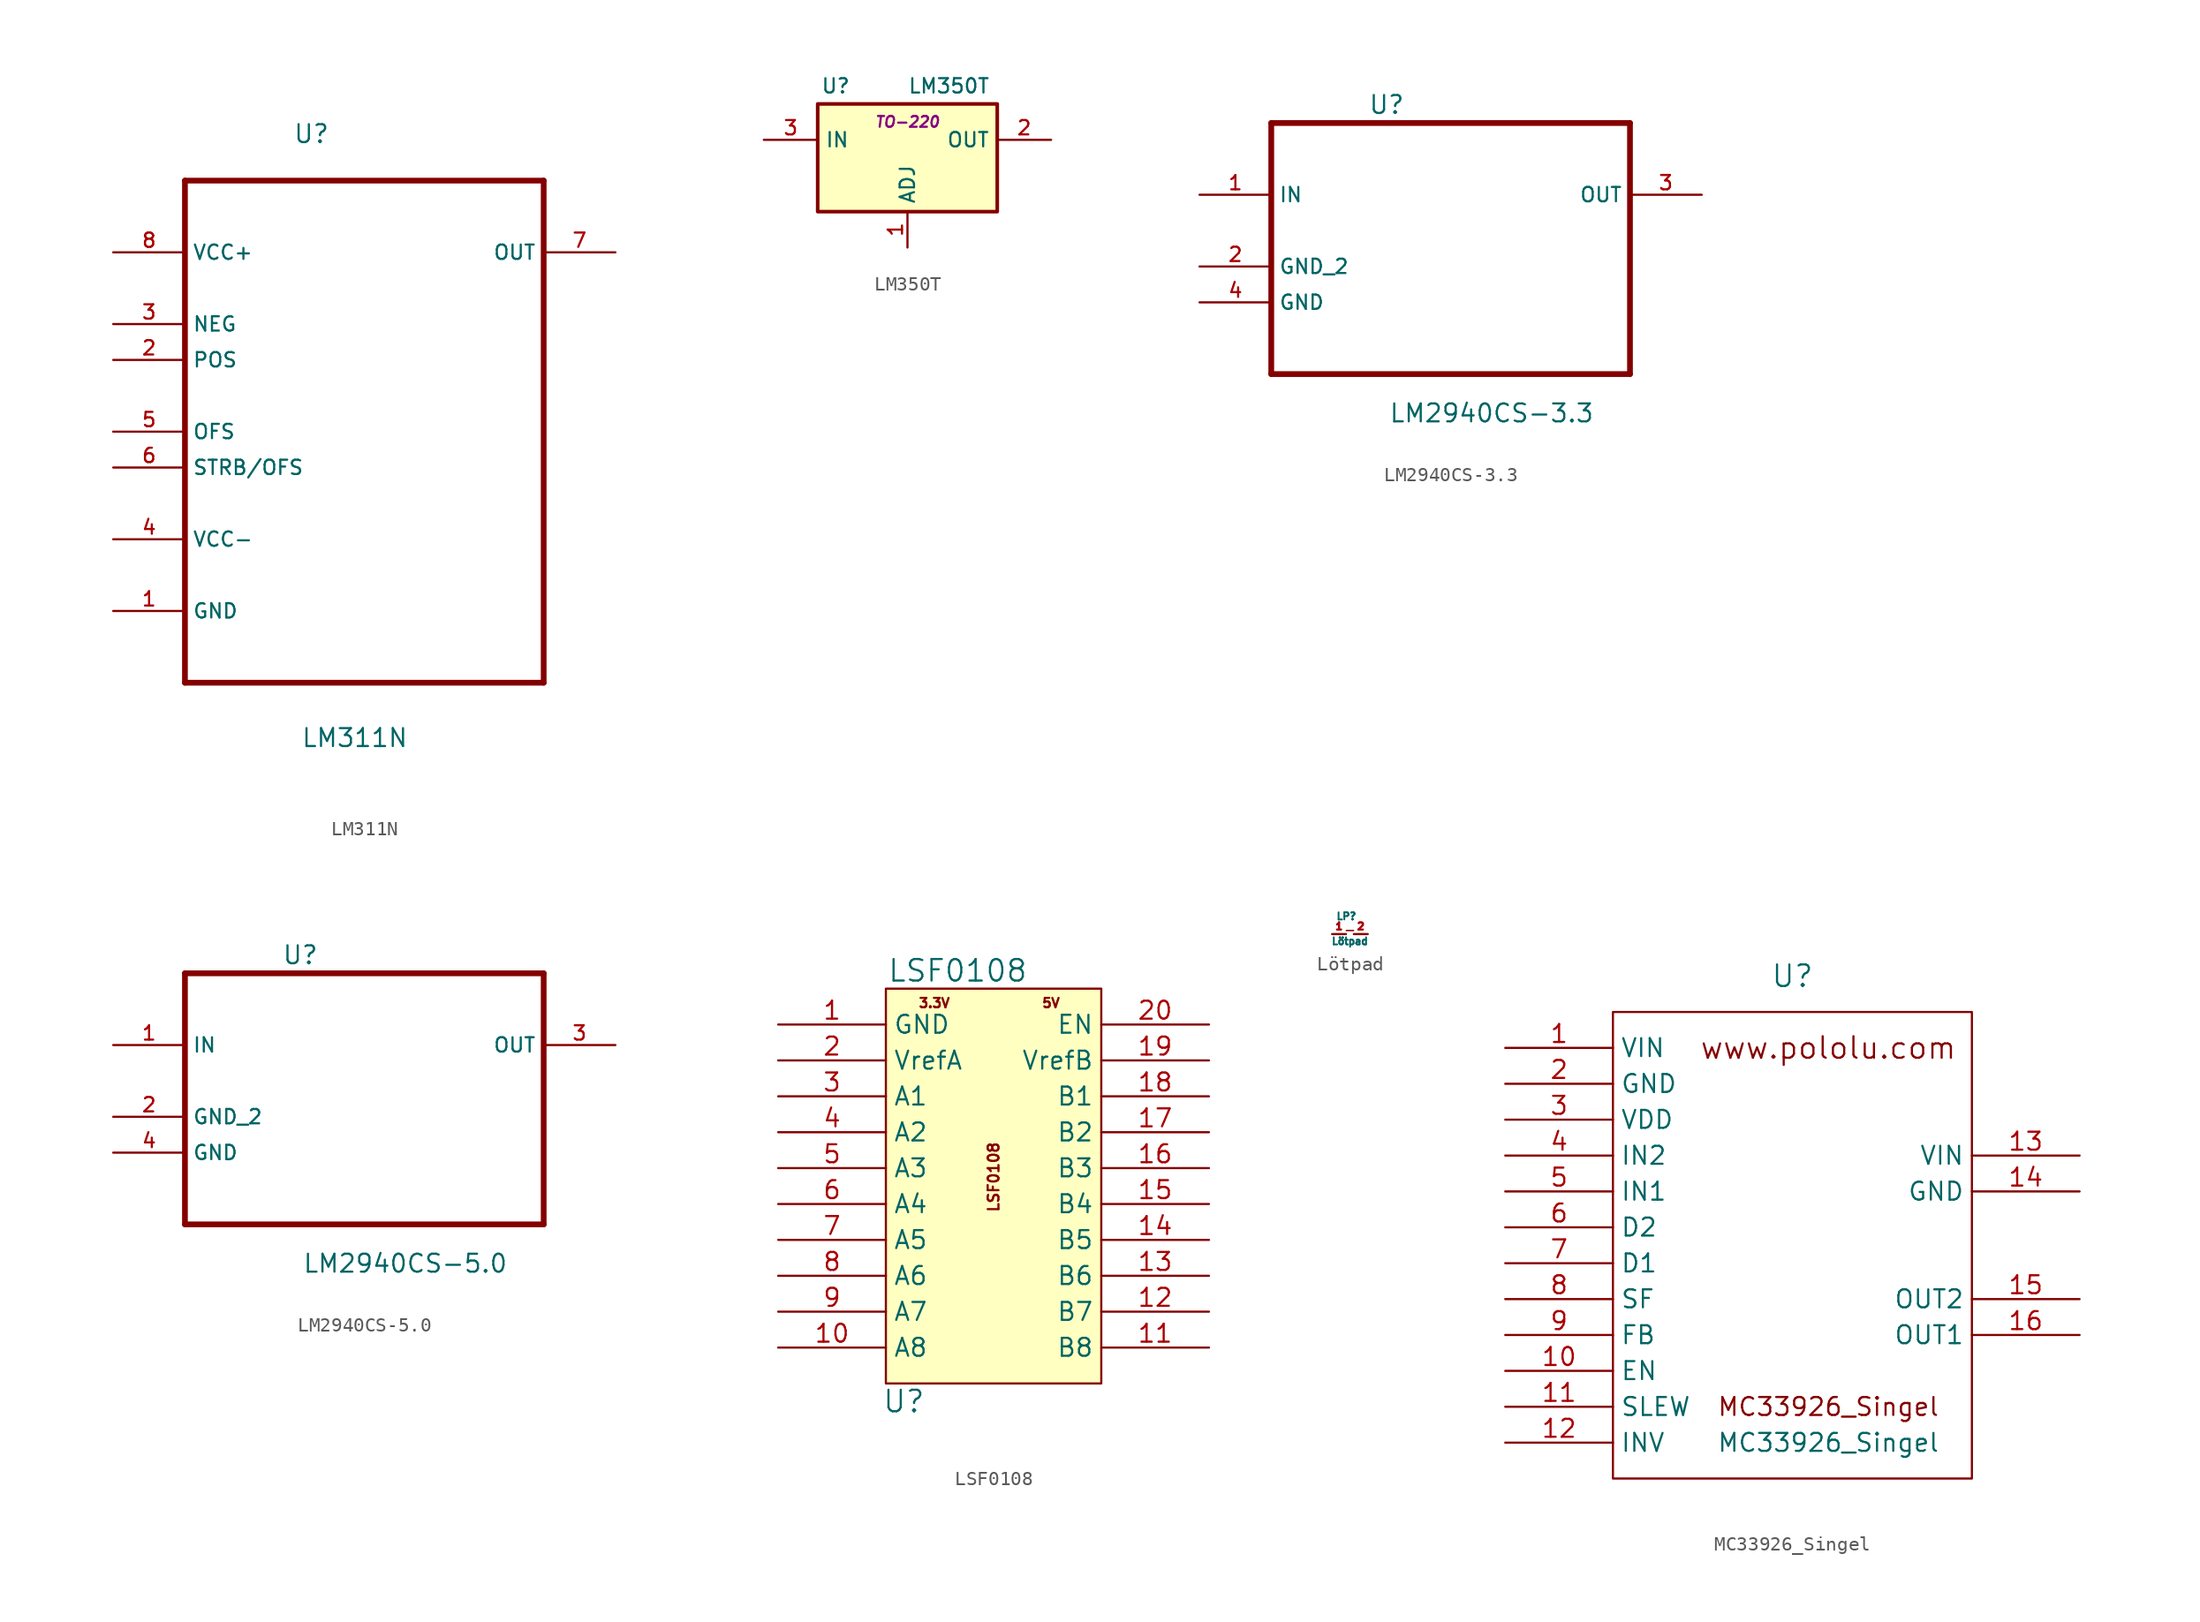
<source format=kicad_sym>
(kicad_symbol_lib
  (version 20201005)
  (generator kicad_symbol_editor)
  (symbol "Zimprich_neu:LM311N"
    (property "Reference" "U"
      (at -5.055 17.805 0)
      (effects (font (size 1.27 1.27)) (justify left bottom)))
    (property "Value" "LM311N"
      (at -4.496 -24.968 0)
      (effects (font (size 1.27 1.27)) (justify left bottom)))
    (symbol "LM311N_0_0"
      (polyline (pts (xy -12.7 -20.32) (xy 12.7 -20.32)) (stroke (width 0.406)) (fill (type none)))
      (polyline (pts (xy -12.7 15.24) (xy -12.7 -20.32)) (stroke (width 0.406)) (fill (type none)))
      (polyline (pts (xy 12.7 -20.32) (xy 12.7 15.24)) (stroke (width 0.406)) (fill (type none)))
      (polyline (pts (xy 12.7 15.24) (xy -12.7 15.24)) (stroke (width 0.406)) (fill (type none)))
      (pin passive line (at -17.78 -15.24 0) (length 5.08) (name "GND" (effects (font (size 1.016 1.016)))) (number "1" (effects (font (size 1.016 1.016)))))
      (pin input line (at -17.78 2.54 0) (length 5.08) (name "POS" (effects (font (size 1.016 1.016)))) (number "2" (effects (font (size 1.016 1.016)))))
      (pin input line (at -17.78 5.08 0) (length 5.08) (name "NEG" (effects (font (size 1.016 1.016)))) (number "3" (effects (font (size 1.016 1.016)))))
      (pin power_in line (at -17.78 -10.16 0) (length 5.08) (name "VCC-" (effects (font (size 1.016 1.016)))) (number "4" (effects (font (size 1.016 1.016)))))
      (pin passive line (at -17.78 -2.54 0) (length 5.08) (name "OFS" (effects (font (size 1.016 1.016)))) (number "5" (effects (font (size 1.016 1.016)))))
      (pin passive line (at -17.78 -5.08 0) (length 5.08) (name "STRB/OFS" (effects (font (size 1.016 1.016)))) (number "6" (effects (font (size 1.016 1.016)))))
      (pin output line (at 17.78 10.16 180) (length 5.08) (name "OUT" (effects (font (size 1.016 1.016)))) (number "7" (effects (font (size 1.016 1.016)))))
      (pin power_in line (at -17.78 10.16 0) (length 5.08) (name "VCC+" (effects (font (size 1.016 1.016)))) (number "8" (effects (font (size 1.016 1.016)))))))
  (symbol "Zimprich_neu:LM350T"
    (property "Reference" "U"
      (at -5.08 5.08 0)
      (effects (font (size 1.016 1.016))))
    (property "Value" "LM350T"
      (at 0 5.08 0)
      (effects (font (size 1.016 1.016)) (justify left)))
    (property "Footprint" "TO-220"
      (at 0 2.54 0)
      (effects (font (size 0.762 0.762) italic)))
    (property "Datasheet" ""
      (at 0 0 0)
      (effects (font (size 1.524 1.524))))
    (symbol "LM350T_0_1"
      (rectangle (start -6.35 3.81) (end 6.35 -3.81) (stroke (width 0.254)) (fill (type background))))
    (symbol "LM350T_1_1"
      (pin input line (at 0 -6.35 90) (length 2.54) (name "ADJ" (effects (font (size 1.016 1.016)))) (number "1" (effects (font (size 1.016 1.016)))))
      (pin power_out line (at 10.16 1.27 180) (length 3.81) (name "OUT" (effects (font (size 1.016 1.016)))) (number "2" (effects (font (size 1.016 1.016)))))
      (pin input line (at -10.16 1.27 0) (length 3.81) (name "IN" (effects (font (size 1.016 1.016)))) (number "3" (effects (font (size 1.016 1.016)))))))
  (symbol "Zimprich_neu:LM2940CS-3.3"
    (property "Reference" "U"
      (at -5.842 6.375 0)
      (effects (font (size 1.27 1.27)) (justify left)))
    (property "Value" "LM2940CS-3.3"
      (at -4.394 -15.469 0)
      (effects (font (size 1.27 1.27)) (justify left)))
    (property "Datasheet" ""
      (at 0 0 0)
      (effects (font (size 1.524 1.524))))
    (property "ki_locked" ""
      (at 0 0 0)
      (effects (font (size 1.27 1.27))))
    (symbol "LM2940CS-3.3_0_0"
      (polyline (pts (xy -12.7 -12.7) (xy 12.7 -12.7)) (stroke (width 0.406)) (fill (type none)))
      (polyline (pts (xy -12.7 5.08) (xy -12.7 -12.7)) (stroke (width 0.406)) (fill (type none)))
      (polyline (pts (xy 12.7 -12.7) (xy 12.7 5.08)) (stroke (width 0.406)) (fill (type none)))
      (polyline (pts (xy 12.7 5.08) (xy -12.7 5.08)) (stroke (width 0.406)) (fill (type none)))
      (pin input line (at -17.78 0 0) (length 5.08) (name "IN" (effects (font (size 1.016 1.016)))) (number "1" (effects (font (size 1.016 1.016)))))
      (pin passive line (at -17.78 -5.08 0) (length 5.08) (name "GND_2" (effects (font (size 1.016 1.016)))) (number "2" (effects (font (size 1.016 1.016)))))
      (pin output line (at 17.78 0 180) (length 5.08) (name "OUT" (effects (font (size 1.016 1.016)))) (number "3" (effects (font (size 1.016 1.016)))))
      (pin passive line (at -17.78 -7.62 0) (length 5.08) (name "GND" (effects (font (size 1.016 1.016)))) (number "4" (effects (font (size 1.016 1.016)))))))
  (symbol "Zimprich_neu:LM2940CS-5.0"
    (property "Reference" "U"
      (at -5.842 6.375 0)
      (effects (font (size 1.27 1.27)) (justify left)))
    (property "Value" "LM2940CS-5.0"
      (at -4.394 -15.469 0)
      (effects (font (size 1.27 1.27)) (justify left)))
    (property "Datasheet" ""
      (at 0 0 0)
      (effects (font (size 1.524 1.524))))
    (property "ki_locked" ""
      (at 0 0 0)
      (effects (font (size 1.27 1.27))))
    (symbol "LM2940CS-5.0_0_0"
      (polyline (pts (xy -12.7 -12.7) (xy 12.7 -12.7)) (stroke (width 0.406)) (fill (type none)))
      (polyline (pts (xy -12.7 5.08) (xy -12.7 -12.7)) (stroke (width 0.406)) (fill (type none)))
      (polyline (pts (xy 12.7 -12.7) (xy 12.7 5.08)) (stroke (width 0.406)) (fill (type none)))
      (polyline (pts (xy 12.7 5.08) (xy -12.7 5.08)) (stroke (width 0.406)) (fill (type none)))
      (pin input line (at -17.78 0 0) (length 5.08) (name "IN" (effects (font (size 1.016 1.016)))) (number "1" (effects (font (size 1.016 1.016)))))
      (pin passive line (at -17.78 -5.08 0) (length 5.08) (name "GND_2" (effects (font (size 1.016 1.016)))) (number "2" (effects (font (size 1.016 1.016)))))
      (pin output line (at 17.78 0 180) (length 5.08) (name "OUT" (effects (font (size 1.016 1.016)))) (number "3" (effects (font (size 1.016 1.016)))))
      (pin passive line (at -17.78 -7.62 0) (length 5.08) (name "GND" (effects (font (size 1.016 1.016)))) (number "4" (effects (font (size 1.016 1.016)))))))
  (symbol "Zimprich_neu:LSF0108"
    (property "Reference" "U"
      (at -6.35 -15.24 0)
      (effects (font (size 1.524 1.524))))
    (property "Value" "LSF0108"
      (at -2.54 15.24 0)
      (effects (font (size 1.524 1.524))))
    (property "Footprint" ""
      (at 0 0 0)
      (effects (font (size 1.524 1.524))))
    (property "Datasheet" ""
      (at 0 0 0)
      (effects (font (size 1.524 1.524))))
    (symbol "LSF0108_0_0"
      (text "3.3V" (at -4.191 12.954 0) (effects (font (size 0.66 0.66))))
      (text "5V" (at 4.064 12.954 0) (effects (font (size 0.66 0.66))))
      (text "LSF0108" (at 0 0.635 900) (effects (font (size 0.762 0.762)))))
    (symbol "LSF0108_0_1"
      (rectangle (start -7.62 13.97) (end 7.62 -13.97) (stroke (width 0)) (fill (type background))))
    (symbol "LSF0108_1_1"
      (pin power_in line (at -15.24 11.43 0) (length 7.62) (name "GND" (effects (font (size 1.27 1.27)))) (number "1" (effects (font (size 1.27 1.27)))))
      (pin bidirectional line (at -15.24 -11.43 0) (length 7.62) (name "A8" (effects (font (size 1.27 1.27)))) (number "10" (effects (font (size 1.27 1.27)))))
      (pin bidirectional line (at 15.24 -11.43 180) (length 7.62) (name "B8" (effects (font (size 1.27 1.27)))) (number "11" (effects (font (size 1.27 1.27)))))
      (pin bidirectional line (at 15.24 -8.89 180) (length 7.62) (name "B7" (effects (font (size 1.27 1.27)))) (number "12" (effects (font (size 1.27 1.27)))))
      (pin bidirectional line (at 15.24 -6.35 180) (length 7.62) (name "B6" (effects (font (size 1.27 1.27)))) (number "13" (effects (font (size 1.27 1.27)))))
      (pin bidirectional line (at 15.24 -3.81 180) (length 7.62) (name "B5" (effects (font (size 1.27 1.27)))) (number "14" (effects (font (size 1.27 1.27)))))
      (pin bidirectional line (at 15.24 -1.27 180) (length 7.62) (name "B4" (effects (font (size 1.27 1.27)))) (number "15" (effects (font (size 1.27 1.27)))))
      (pin bidirectional line (at 15.24 1.27 180) (length 7.62) (name "B3" (effects (font (size 1.27 1.27)))) (number "16" (effects (font (size 1.27 1.27)))))
      (pin bidirectional line (at 15.24 3.81 180) (length 7.62) (name "B2" (effects (font (size 1.27 1.27)))) (number "17" (effects (font (size 1.27 1.27)))))
      (pin bidirectional line (at 15.24 6.35 180) (length 7.62) (name "B1" (effects (font (size 1.27 1.27)))) (number "18" (effects (font (size 1.27 1.27)))))
      (pin power_in line (at 15.24 8.89 180) (length 7.62) (name "VrefB" (effects (font (size 1.27 1.27)))) (number "19" (effects (font (size 1.27 1.27)))))
      (pin power_in line (at -15.24 8.89 0) (length 7.62) (name "VrefA" (effects (font (size 1.27 1.27)))) (number "2" (effects (font (size 1.27 1.27)))))
      (pin input line (at 15.24 11.43 180) (length 7.62) (name "EN" (effects (font (size 1.27 1.27)))) (number "20" (effects (font (size 1.27 1.27)))))
      (pin bidirectional line (at -15.24 6.35 0) (length 7.62) (name "A1" (effects (font (size 1.27 1.27)))) (number "3" (effects (font (size 1.27 1.27)))))
      (pin bidirectional line (at -15.24 3.81 0) (length 7.62) (name "A2" (effects (font (size 1.27 1.27)))) (number "4" (effects (font (size 1.27 1.27)))))
      (pin bidirectional line (at -15.24 1.27 0) (length 7.62) (name "A3" (effects (font (size 1.27 1.27)))) (number "5" (effects (font (size 1.27 1.27)))))
      (pin bidirectional line (at -15.24 -1.27 0) (length 7.62) (name "A4" (effects (font (size 1.27 1.27)))) (number "6" (effects (font (size 1.27 1.27)))))
      (pin bidirectional line (at -15.24 -3.81 0) (length 7.62) (name "A5" (effects (font (size 1.27 1.27)))) (number "7" (effects (font (size 1.27 1.27)))))
      (pin bidirectional line (at -15.24 -6.35 0) (length 7.62) (name "A6" (effects (font (size 1.27 1.27)))) (number "8" (effects (font (size 1.27 1.27)))))
      (pin bidirectional line (at -15.24 -8.89 0) (length 7.62) (name "A7" (effects (font (size 1.27 1.27)))) (number "9" (effects (font (size 1.27 1.27)))))))
  (symbol "Zimprich_neu:Lötpad"
    (property "Reference" "LP"
      (at -0.254 1.27 0)
      (effects (font (size 0.508 0.508))))
    (property "Value" "Lötpad"
      (at 0 -0.508 0)
      (effects (font (size 0.508 0.508))))
    (property "Footprint" ""
      (at 0 0 0)
      (effects (font (size 1.524 1.524))))
    (property "Datasheet" ""
      (at 0 0 0)
      (effects (font (size 1.524 1.524))))
    (symbol "Lötpad_0_1"
      (polyline (pts (xy -0.254 0.254) (xy 0.254 0.254)) (stroke (width 0.102)) (fill (type none)))
      (pin passive line (at -1.27 0 0) (length 0.991) (name "~" (effects (font (size 0.508 0.508)))) (number "1" (effects (font (size 0.508 0.508)))))
      (pin passive line (at 1.27 0 180) (length 0.991) (name "~" (effects (font (size 0.508 0.508)))) (number "2" (effects (font (size 0.508 0.508)))))))
  (symbol "Zimprich_neu:MC33926_Singel"
    (property "Reference" "U"
      (at 0 19.05 0)
      (effects (font (size 1.524 1.524))))
    (property "Value" "MC33926_Singel"
      (at 2.54 -13.97 0)
      (effects (font (size 1.27 1.27))))
    (property "Footprint" ""
      (at 5.08 -6.35 0)
      (effects (font (size 1.524 1.524))))
    (property "Datasheet" ""
      (at 5.08 -6.35 0)
      (effects (font (size 1.524 1.524))))
    (symbol "MC33926_Singel_0_0"
      (text "MC33926_Singel" (at 2.54 -11.43 0) (effects (font (size 1.27 1.27))))
      (text "www.pololu.com" (at 2.54 13.97 0) (effects (font (size 1.524 1.524))))
      (rectangle (start 12.7 16.51) (end -12.7 -16.51) (stroke (width 0)) (fill (type none))))
    (symbol "MC33926_Singel_1_1"
      (pin input line (at -20.32 13.97 0) (length 7.62) (name "VIN" (effects (font (size 1.27 1.27)))) (number "1" (effects (font (size 1.27 1.27)))))
      (pin input line (at -20.32 -8.89 0) (length 7.62) (name "EN" (effects (font (size 1.27 1.27)))) (number "10" (effects (font (size 1.27 1.27)))))
      (pin input line (at -20.32 -11.43 0) (length 7.62) (name "SLEW" (effects (font (size 1.27 1.27)))) (number "11" (effects (font (size 1.27 1.27)))))
      (pin input line (at -20.32 -13.97 0) (length 7.62) (name "INV" (effects (font (size 1.27 1.27)))) (number "12" (effects (font (size 1.27 1.27)))))
      (pin input line (at 20.32 6.35 180) (length 7.62) (name "VIN" (effects (font (size 1.27 1.27)))) (number "13" (effects (font (size 1.27 1.27)))))
      (pin input line (at 20.32 3.81 180) (length 7.62) (name "GND" (effects (font (size 1.27 1.27)))) (number "14" (effects (font (size 1.27 1.27)))))
      (pin input line (at 20.32 -3.81 180) (length 7.62) (name "OUT2" (effects (font (size 1.27 1.27)))) (number "15" (effects (font (size 1.27 1.27)))))
      (pin input line (at 20.32 -6.35 180) (length 7.62) (name "OUT1" (effects (font (size 1.27 1.27)))) (number "16" (effects (font (size 1.27 1.27)))))
      (pin input line (at -20.32 11.43 0) (length 7.62) (name "GND" (effects (font (size 1.27 1.27)))) (number "2" (effects (font (size 1.27 1.27)))))
      (pin input line (at -20.32 8.89 0) (length 7.62) (name "VDD" (effects (font (size 1.27 1.27)))) (number "3" (effects (font (size 1.27 1.27)))))
      (pin input line (at -20.32 6.35 0) (length 7.62) (name "IN2" (effects (font (size 1.27 1.27)))) (number "4" (effects (font (size 1.27 1.27)))))
      (pin input line (at -20.32 3.81 0) (length 7.62) (name "IN1" (effects (font (size 1.27 1.27)))) (number "5" (effects (font (size 1.27 1.27)))))
      (pin input line (at -20.32 1.27 0) (length 7.62) (name "D2" (effects (font (size 1.27 1.27)))) (number "6" (effects (font (size 1.27 1.27)))))
      (pin input line (at -20.32 -1.27 0) (length 7.62) (name "D1" (effects (font (size 1.27 1.27)))) (number "7" (effects (font (size 1.27 1.27)))))
      (pin input line (at -20.32 -3.81 0) (length 7.62) (name "SF" (effects (font (size 1.27 1.27)))) (number "8" (effects (font (size 1.27 1.27)))))
      (pin input line (at -20.32 -6.35 0) (length 7.62) (name "FB" (effects (font (size 1.27 1.27)))) (number "9" (effects (font (size 1.27 1.27))))))))
</source>
